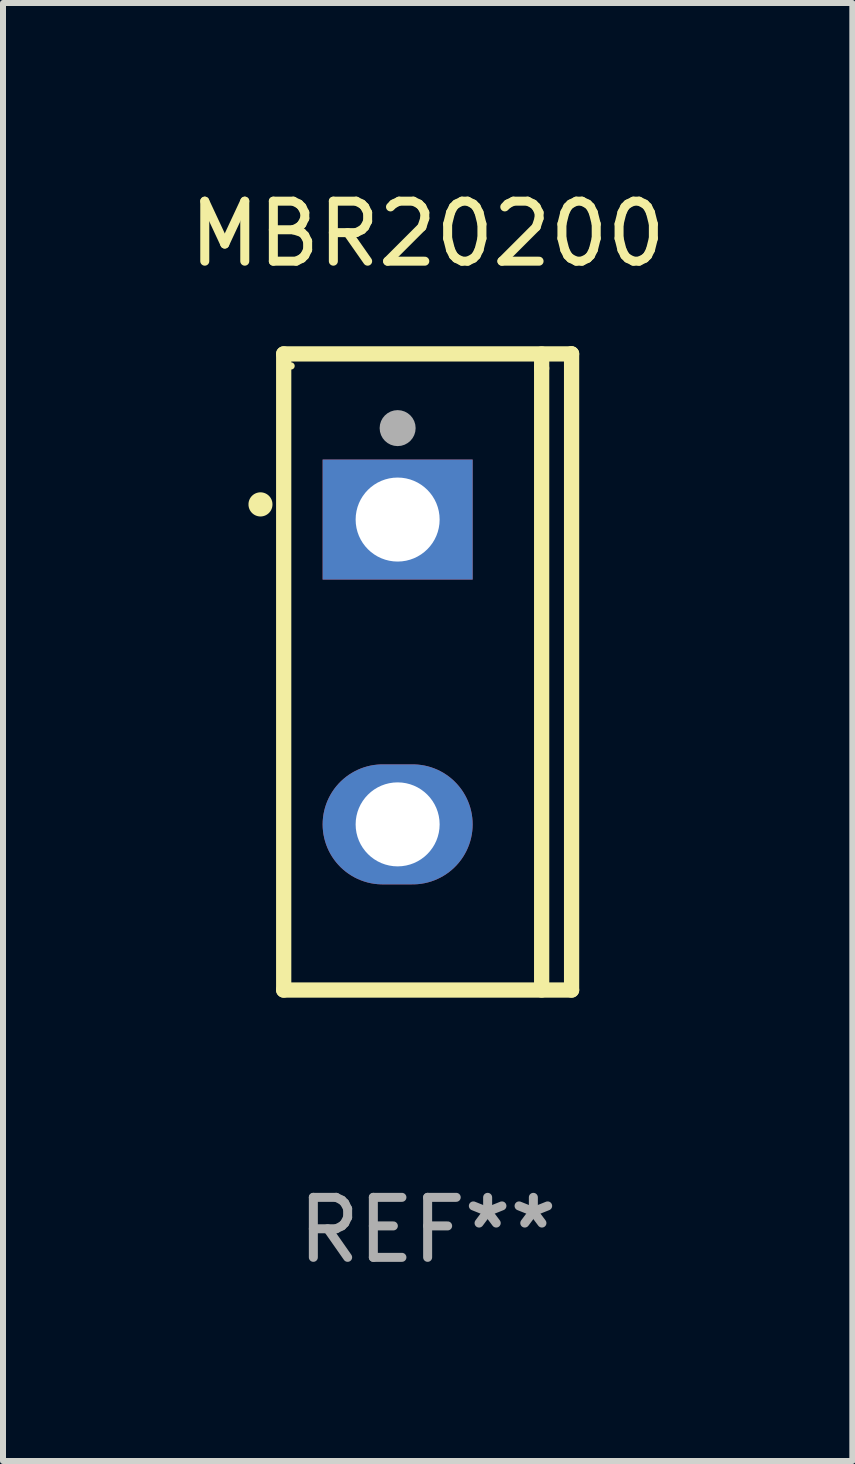
<source format=kicad_pcb>
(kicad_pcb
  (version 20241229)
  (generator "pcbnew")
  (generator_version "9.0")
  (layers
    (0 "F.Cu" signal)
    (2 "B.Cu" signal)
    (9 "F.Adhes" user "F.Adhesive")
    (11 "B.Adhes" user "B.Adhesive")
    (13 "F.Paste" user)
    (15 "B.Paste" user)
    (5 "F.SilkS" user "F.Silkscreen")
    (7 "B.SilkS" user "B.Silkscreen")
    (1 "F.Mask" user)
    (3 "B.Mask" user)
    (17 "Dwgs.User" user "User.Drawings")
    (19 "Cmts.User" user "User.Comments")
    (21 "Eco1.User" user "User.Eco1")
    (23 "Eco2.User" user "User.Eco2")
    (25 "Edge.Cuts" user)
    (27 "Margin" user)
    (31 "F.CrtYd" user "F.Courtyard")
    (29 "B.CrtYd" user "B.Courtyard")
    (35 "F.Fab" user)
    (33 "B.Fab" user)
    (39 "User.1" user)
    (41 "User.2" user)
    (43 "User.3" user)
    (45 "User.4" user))
  (footprint "MBR20200"
    (layer "F.Cu")
    (at 4.077 8.149)
    (property "Reference" "MBR20200" (at 0 -7.301 0) (layer "F.SilkS") (effects (font (size 1 1) (thickness 0.15))))
    (attr through_hole)
    (fp_line (start -2.399 -5.301) (end 2.394 -5.301) (stroke (width 0.254) (type solid)) (layer "F.SilkS"))
    (fp_line (start -2.399 5.301) (end -2.399 -5.301) (stroke (width 0.254) (type solid)) (layer "F.SilkS"))
    (fp_line (start 1.9 -5.061) (end 1.9 -5.3) (stroke (width 0.254) (type solid)) (layer "F.SilkS"))
    (fp_line (start 1.9 5.3) (end 1.9 -5.061) (stroke (width 0.254) (type solid)) (layer "F.SilkS"))
    (fp_line (start 2.394 -5.301) (end 2.399 -5.301) (stroke (width 0.254) (type solid)) (layer "F.SilkS"))
    (fp_line (start 2.399 -5.301) (end 2.399 5.301) (stroke (width 0.254) (type solid)) (layer "F.SilkS"))
    (fp_line (start 2.399 5.301) (end -2.399 5.301) (stroke (width 0.254) (type solid)) (layer "F.SilkS"))
    (fp_arc (start -2.786043 -2.791466) (mid -2.786047 -2.792736) (end -2.786043 -2.794006) (stroke (width 0.4) (type solid)) (layer "F.SilkS"))
    (fp_circle (center -2.275 -5.1) (end -2.245 -5.1) (stroke (width 0.06) (type solid)) (fill no) (layer "F.SilkS"))
    (fp_circle (center -0.5 -4.064) (end -0.35 -4.064) (stroke (width 0.3) (type solid)) (fill no) (layer "F.Fab"))
    (fp_text user "REF**" (at 0 9.301 0) (layer "F.Fab") (effects (font (size 1 1) (thickness 0.15))))
    (pad "1" thru_hole rect (at -0.5 -2.54 270) (size 2 2.5) (drill 1.4) (layers "*.Cu" "*.Mask"))
    (pad "3" thru_hole oval (at -0.5 2.54 270) (size 2 2.5) (drill 1.4) (layers "*.Cu" "*.Mask")))
  (gr_rect
    (start -3 -3)
    (end 11.155 21.299)
    (stroke (width 0.1) (type default))
    (fill no)
    (layer "Edge.Cuts")))
</source>
